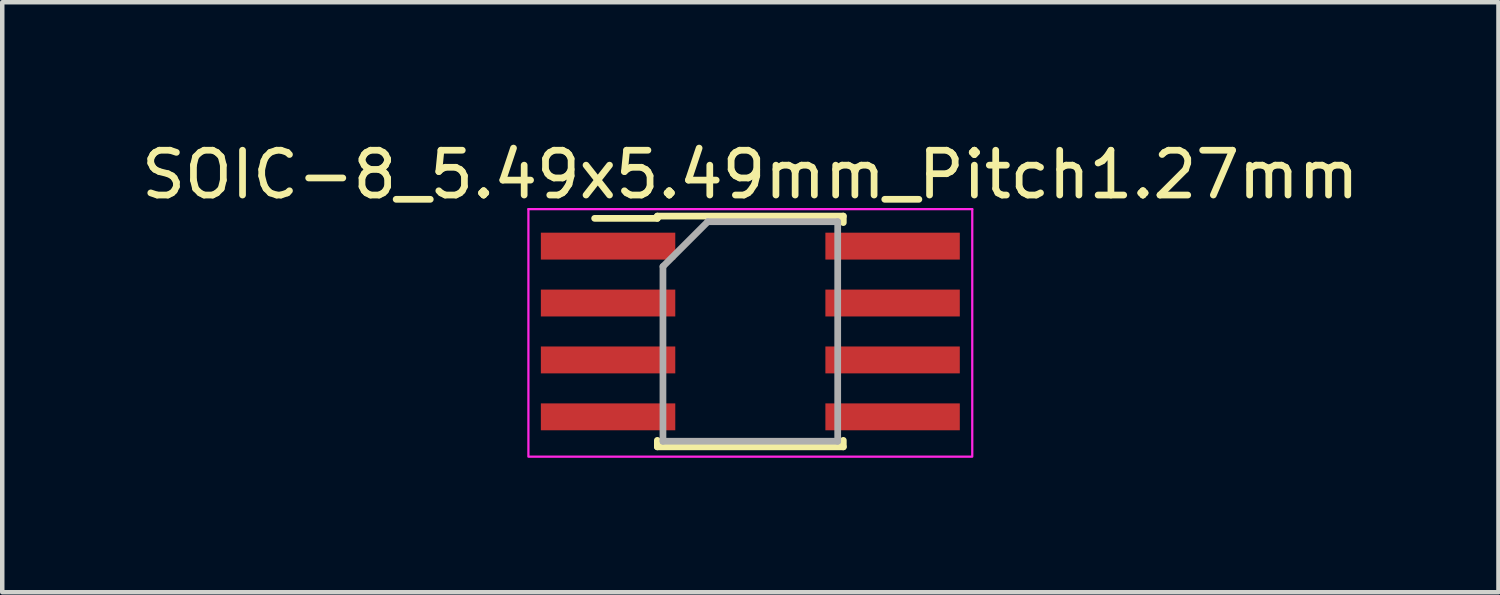
<source format=kicad_pcb>
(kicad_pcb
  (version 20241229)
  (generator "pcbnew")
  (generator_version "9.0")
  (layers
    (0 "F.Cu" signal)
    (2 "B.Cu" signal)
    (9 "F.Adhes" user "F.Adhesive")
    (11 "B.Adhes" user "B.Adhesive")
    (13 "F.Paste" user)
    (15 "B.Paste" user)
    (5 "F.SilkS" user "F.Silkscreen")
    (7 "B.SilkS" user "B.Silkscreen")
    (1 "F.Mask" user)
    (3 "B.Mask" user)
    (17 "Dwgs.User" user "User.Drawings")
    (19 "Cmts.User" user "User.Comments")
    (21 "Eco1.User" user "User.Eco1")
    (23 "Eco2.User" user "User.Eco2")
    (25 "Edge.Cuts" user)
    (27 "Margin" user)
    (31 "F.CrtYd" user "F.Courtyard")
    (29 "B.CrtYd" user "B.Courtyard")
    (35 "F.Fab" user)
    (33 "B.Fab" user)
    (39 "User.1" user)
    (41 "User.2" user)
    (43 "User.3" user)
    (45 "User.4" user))
  (footprint "SOIC-8_5.49x5.49mm_Pitch1.27mm"
    (layer "F.Cu")
    (at 13.696 4.348)
    (property "Reference" "SOIC-8_5.49x5.49mm_Pitch1.27mm" (at 0 -3.5 0) (layer "F.SilkS") (effects (font (size 1 1) (thickness 0.15))))
    (attr smd)
    (fp_line (start -2.075 -2.575) (end -2.075 -2.525) (stroke (width 0.15) (type solid)) (layer "F.SilkS"))
    (fp_line (start -2.075 -2.575) (end 2.075 -2.575) (stroke (width 0.15) (type solid)) (layer "F.SilkS"))
    (fp_line (start -2.075 -2.525) (end -3.475 -2.525) (stroke (width 0.15) (type solid)) (layer "F.SilkS"))
    (fp_line (start -2.075 2.575) (end -2.075 2.43) (stroke (width 0.15) (type solid)) (layer "F.SilkS"))
    (fp_line (start -2.075 2.575) (end 2.075 2.575) (stroke (width 0.15) (type solid)) (layer "F.SilkS"))
    (fp_line (start 2.075 -2.575) (end 2.075 -2.43) (stroke (width 0.15) (type solid)) (layer "F.SilkS"))
    (fp_line (start 2.075 2.575) (end 2.075 2.43) (stroke (width 0.15) (type solid)) (layer "F.SilkS"))
    (fp_line (start -4.953 -2.731) (end -4.953 2.769) (stroke (width 0.05) (type solid)) (layer "F.CrtYd"))
    (fp_line (start -4.953 -2.731) (end 4.953 -2.731) (stroke (width 0.05) (type solid)) (layer "F.CrtYd"))
    (fp_line (start -4.953 2.794) (end 4.953 2.794) (stroke (width 0.05) (type solid)) (layer "F.CrtYd"))
    (fp_line (start 4.953 -2.731) (end 4.953 2.769) (stroke (width 0.05) (type solid)) (layer "F.CrtYd"))
    (fp_line (start -1.95 -1.45) (end -0.95 -2.45) (stroke (width 0.15) (type solid)) (layer "F.Fab"))
    (fp_line (start -1.95 2.45) (end -1.95 -1.45) (stroke (width 0.15) (type solid)) (layer "F.Fab"))
    (fp_line (start -0.95 -2.45) (end 1.95 -2.45) (stroke (width 0.15) (type solid)) (layer "F.Fab"))
    (fp_line (start 1.95 -2.45) (end 1.95 2.45) (stroke (width 0.15) (type solid)) (layer "F.Fab"))
    (fp_line (start 1.95 2.45) (end -1.95 2.45) (stroke (width 0.15) (type solid)) (layer "F.Fab"))
    (pad "1" smd rect (at -3.175 -1.905) (size 3 0.6) (layers "F.Cu" "F.Mask" "F.Paste"))
    (pad "2" smd rect (at -3.175 -0.635) (size 3 0.6) (layers "F.Cu" "F.Mask" "F.Paste"))
    (pad "3" smd rect (at -3.175 0.635) (size 3 0.6) (layers "F.Cu" "F.Mask" "F.Paste"))
    (pad "4" smd rect (at -3.175 1.905) (size 3 0.6) (layers "F.Cu" "F.Mask" "F.Paste"))
    (pad "5" smd rect (at 3.175 1.905) (size 3 0.6) (layers "F.Cu" "F.Mask" "F.Paste"))
    (pad "6" smd rect (at 3.175 0.635) (size 3 0.6) (layers "F.Cu" "F.Mask" "F.Paste"))
    (pad "7" smd rect (at 3.175 -0.635) (size 3 0.6) (layers "F.Cu" "F.Mask" "F.Paste"))
    (pad "8" smd rect (at 3.175 -1.905) (size 3 0.6) (layers "F.Cu" "F.Mask" "F.Paste")))
  (gr_rect
    (start -3 -3)
    (end 30.393 10.167)
    (stroke (width 0.1) (type default))
    (fill no)
    (layer "Edge.Cuts")))
</source>
